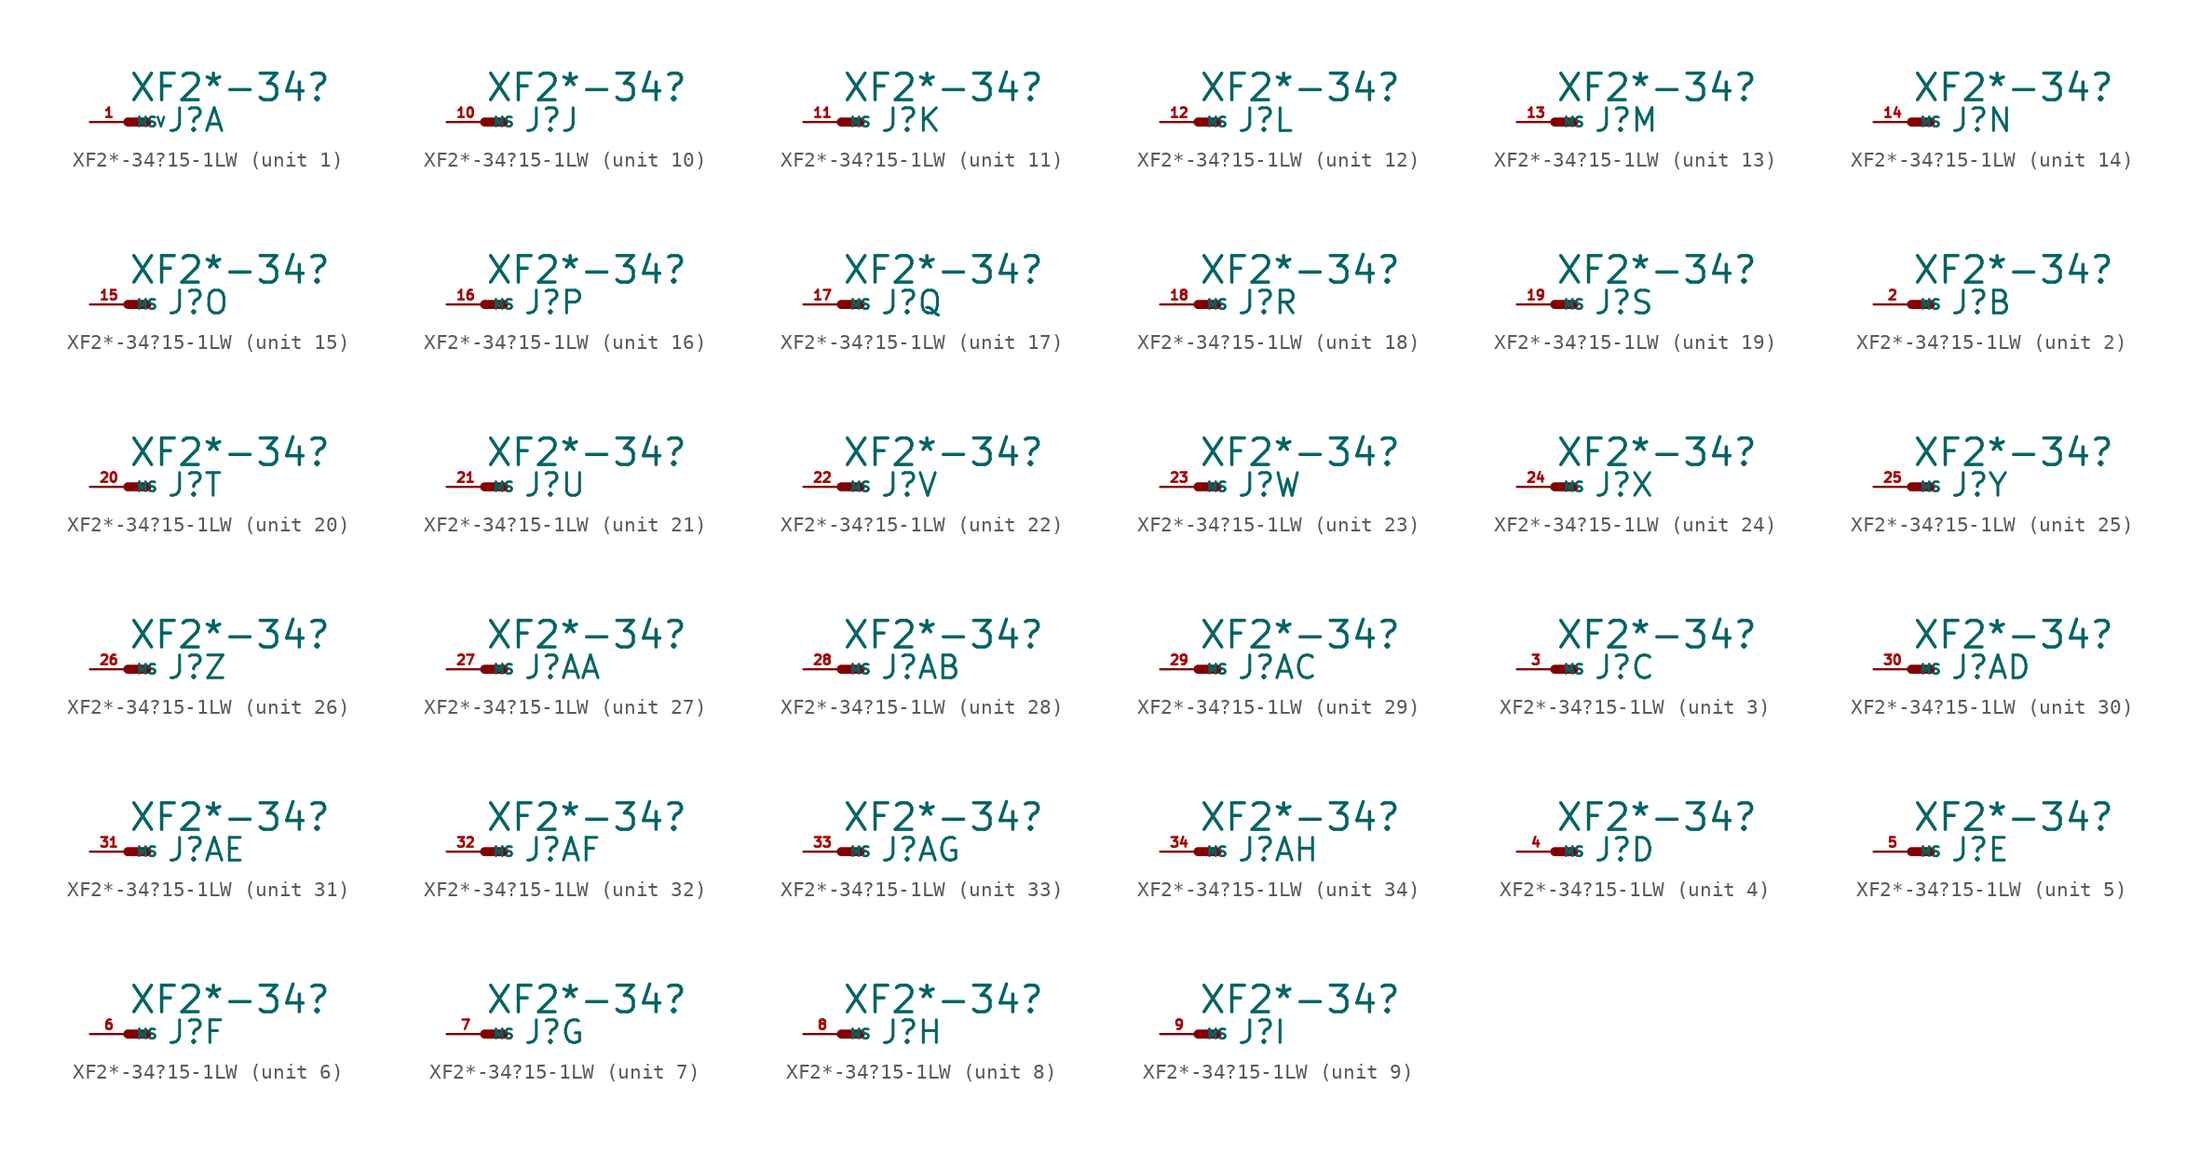
<source format=kicad_sym>
(kicad_symbol_lib
  (version 20220914)
  (generator Eagle2Kicad)
  (symbol "XF2*-34?15-1LW"
    (property "Reference" "J"
      (at 2.54 -0.762 0)
      (effects (font (size 1.524 1.524) (thickness 0.19)) (justify left bottom)))
    (property "Value" "XF2*-34?"
      (at 0 1.27 0)
      (effects (font (size 1.778 1.778) (thickness 0.22)) (justify left bottom)))
    (symbol "XF2*-34?15-1LW_1_0"
      (polyline (pts (xy 0 0) (xy 1.27 0)) (stroke (width 0.61) (type default)) (fill (type none)))
      (pin passive line (at -2.54 0 0) (length 2.54) (name "MSV" (effects (font (size 0.635 0.635) (thickness 0.08)) (justify left bottom))) (number "1" (effects (font (size 0.635 0.635) (thickness 0.08)) (justify left bottom)))))
    (symbol "XF2*-34?15-1LW_2_0"
      (polyline (pts (xy 0 0) (xy 1.27 0)) (stroke (width 0.61) (type default)) (fill (type none)))
      (pin passive line (at -2.54 0 0) (length 2.54) (name "MS" (effects (font (size 0.635 0.635) (thickness 0.08)) (justify left bottom))) (number "2" (effects (font (size 0.635 0.635) (thickness 0.08)) (justify left bottom)))))
    (symbol "XF2*-34?15-1LW_3_0"
      (polyline (pts (xy 0 0) (xy 1.27 0)) (stroke (width 0.61) (type default)) (fill (type none)))
      (pin passive line (at -2.54 0 0) (length 2.54) (name "MS" (effects (font (size 0.635 0.635) (thickness 0.08)) (justify left bottom))) (number "3" (effects (font (size 0.635 0.635) (thickness 0.08)) (justify left bottom)))))
    (symbol "XF2*-34?15-1LW_4_0"
      (polyline (pts (xy 0 0) (xy 1.27 0)) (stroke (width 0.61) (type default)) (fill (type none)))
      (pin passive line (at -2.54 0 0) (length 2.54) (name "MS" (effects (font (size 0.635 0.635) (thickness 0.08)) (justify left bottom))) (number "4" (effects (font (size 0.635 0.635) (thickness 0.08)) (justify left bottom)))))
    (symbol "XF2*-34?15-1LW_5_0"
      (polyline (pts (xy 0 0) (xy 1.27 0)) (stroke (width 0.61) (type default)) (fill (type none)))
      (pin passive line (at -2.54 0 0) (length 2.54) (name "MS" (effects (font (size 0.635 0.635) (thickness 0.08)) (justify left bottom))) (number "5" (effects (font (size 0.635 0.635) (thickness 0.08)) (justify left bottom)))))
    (symbol "XF2*-34?15-1LW_6_0"
      (polyline (pts (xy 0 0) (xy 1.27 0)) (stroke (width 0.61) (type default)) (fill (type none)))
      (pin passive line (at -2.54 0 0) (length 2.54) (name "MS" (effects (font (size 0.635 0.635) (thickness 0.08)) (justify left bottom))) (number "6" (effects (font (size 0.635 0.635) (thickness 0.08)) (justify left bottom)))))
    (symbol "XF2*-34?15-1LW_7_0"
      (polyline (pts (xy 0 0) (xy 1.27 0)) (stroke (width 0.61) (type default)) (fill (type none)))
      (pin passive line (at -2.54 0 0) (length 2.54) (name "MS" (effects (font (size 0.635 0.635) (thickness 0.08)) (justify left bottom))) (number "7" (effects (font (size 0.635 0.635) (thickness 0.08)) (justify left bottom)))))
    (symbol "XF2*-34?15-1LW_8_0"
      (polyline (pts (xy 0 0) (xy 1.27 0)) (stroke (width 0.61) (type default)) (fill (type none)))
      (pin passive line (at -2.54 0 0) (length 2.54) (name "MS" (effects (font (size 0.635 0.635) (thickness 0.08)) (justify left bottom))) (number "8" (effects (font (size 0.635 0.635) (thickness 0.08)) (justify left bottom)))))
    (symbol "XF2*-34?15-1LW_9_0"
      (polyline (pts (xy 0 0) (xy 1.27 0)) (stroke (width 0.61) (type default)) (fill (type none)))
      (pin passive line (at -2.54 0 0) (length 2.54) (name "MS" (effects (font (size 0.635 0.635) (thickness 0.08)) (justify left bottom))) (number "9" (effects (font (size 0.635 0.635) (thickness 0.08)) (justify left bottom)))))
    (symbol "XF2*-34?15-1LW_10_0"
      (polyline (pts (xy 0 0) (xy 1.27 0)) (stroke (width 0.61) (type default)) (fill (type none)))
      (pin passive line (at -2.54 0 0) (length 2.54) (name "MS" (effects (font (size 0.635 0.635) (thickness 0.08)) (justify left bottom))) (number "10" (effects (font (size 0.635 0.635) (thickness 0.08)) (justify left bottom)))))
    (symbol "XF2*-34?15-1LW_11_0"
      (polyline (pts (xy 0 0) (xy 1.27 0)) (stroke (width 0.61) (type default)) (fill (type none)))
      (pin passive line (at -2.54 0 0) (length 2.54) (name "MS" (effects (font (size 0.635 0.635) (thickness 0.08)) (justify left bottom))) (number "11" (effects (font (size 0.635 0.635) (thickness 0.08)) (justify left bottom)))))
    (symbol "XF2*-34?15-1LW_12_0"
      (polyline (pts (xy 0 0) (xy 1.27 0)) (stroke (width 0.61) (type default)) (fill (type none)))
      (pin passive line (at -2.54 0 0) (length 2.54) (name "MS" (effects (font (size 0.635 0.635) (thickness 0.08)) (justify left bottom))) (number "12" (effects (font (size 0.635 0.635) (thickness 0.08)) (justify left bottom)))))
    (symbol "XF2*-34?15-1LW_13_0"
      (polyline (pts (xy 0 0) (xy 1.27 0)) (stroke (width 0.61) (type default)) (fill (type none)))
      (pin passive line (at -2.54 0 0) (length 2.54) (name "MS" (effects (font (size 0.635 0.635) (thickness 0.08)) (justify left bottom))) (number "13" (effects (font (size 0.635 0.635) (thickness 0.08)) (justify left bottom)))))
    (symbol "XF2*-34?15-1LW_14_0"
      (polyline (pts (xy 0 0) (xy 1.27 0)) (stroke (width 0.61) (type default)) (fill (type none)))
      (pin passive line (at -2.54 0 0) (length 2.54) (name "MS" (effects (font (size 0.635 0.635) (thickness 0.08)) (justify left bottom))) (number "14" (effects (font (size 0.635 0.635) (thickness 0.08)) (justify left bottom)))))
    (symbol "XF2*-34?15-1LW_15_0"
      (polyline (pts (xy 0 0) (xy 1.27 0)) (stroke (width 0.61) (type default)) (fill (type none)))
      (pin passive line (at -2.54 0 0) (length 2.54) (name "MS" (effects (font (size 0.635 0.635) (thickness 0.08)) (justify left bottom))) (number "15" (effects (font (size 0.635 0.635) (thickness 0.08)) (justify left bottom)))))
    (symbol "XF2*-34?15-1LW_16_0"
      (polyline (pts (xy 0 0) (xy 1.27 0)) (stroke (width 0.61) (type default)) (fill (type none)))
      (pin passive line (at -2.54 0 0) (length 2.54) (name "MS" (effects (font (size 0.635 0.635) (thickness 0.08)) (justify left bottom))) (number "16" (effects (font (size 0.635 0.635) (thickness 0.08)) (justify left bottom)))))
    (symbol "XF2*-34?15-1LW_17_0"
      (polyline (pts (xy 0 0) (xy 1.27 0)) (stroke (width 0.61) (type default)) (fill (type none)))
      (pin passive line (at -2.54 0 0) (length 2.54) (name "MS" (effects (font (size 0.635 0.635) (thickness 0.08)) (justify left bottom))) (number "17" (effects (font (size 0.635 0.635) (thickness 0.08)) (justify left bottom)))))
    (symbol "XF2*-34?15-1LW_18_0"
      (polyline (pts (xy 0 0) (xy 1.27 0)) (stroke (width 0.61) (type default)) (fill (type none)))
      (pin passive line (at -2.54 0 0) (length 2.54) (name "MS" (effects (font (size 0.635 0.635) (thickness 0.08)) (justify left bottom))) (number "18" (effects (font (size 0.635 0.635) (thickness 0.08)) (justify left bottom)))))
    (symbol "XF2*-34?15-1LW_19_0"
      (polyline (pts (xy 0 0) (xy 1.27 0)) (stroke (width 0.61) (type default)) (fill (type none)))
      (pin passive line (at -2.54 0 0) (length 2.54) (name "MS" (effects (font (size 0.635 0.635) (thickness 0.08)) (justify left bottom))) (number "19" (effects (font (size 0.635 0.635) (thickness 0.08)) (justify left bottom)))))
    (symbol "XF2*-34?15-1LW_20_0"
      (polyline (pts (xy 0 0) (xy 1.27 0)) (stroke (width 0.61) (type default)) (fill (type none)))
      (pin passive line (at -2.54 0 0) (length 2.54) (name "MS" (effects (font (size 0.635 0.635) (thickness 0.08)) (justify left bottom))) (number "20" (effects (font (size 0.635 0.635) (thickness 0.08)) (justify left bottom)))))
    (symbol "XF2*-34?15-1LW_21_0"
      (polyline (pts (xy 0 0) (xy 1.27 0)) (stroke (width 0.61) (type default)) (fill (type none)))
      (pin passive line (at -2.54 0 0) (length 2.54) (name "MS" (effects (font (size 0.635 0.635) (thickness 0.08)) (justify left bottom))) (number "21" (effects (font (size 0.635 0.635) (thickness 0.08)) (justify left bottom)))))
    (symbol "XF2*-34?15-1LW_22_0"
      (polyline (pts (xy 0 0) (xy 1.27 0)) (stroke (width 0.61) (type default)) (fill (type none)))
      (pin passive line (at -2.54 0 0) (length 2.54) (name "MS" (effects (font (size 0.635 0.635) (thickness 0.08)) (justify left bottom))) (number "22" (effects (font (size 0.635 0.635) (thickness 0.08)) (justify left bottom)))))
    (symbol "XF2*-34?15-1LW_23_0"
      (polyline (pts (xy 0 0) (xy 1.27 0)) (stroke (width 0.61) (type default)) (fill (type none)))
      (pin passive line (at -2.54 0 0) (length 2.54) (name "MS" (effects (font (size 0.635 0.635) (thickness 0.08)) (justify left bottom))) (number "23" (effects (font (size 0.635 0.635) (thickness 0.08)) (justify left bottom)))))
    (symbol "XF2*-34?15-1LW_24_0"
      (polyline (pts (xy 0 0) (xy 1.27 0)) (stroke (width 0.61) (type default)) (fill (type none)))
      (pin passive line (at -2.54 0 0) (length 2.54) (name "MS" (effects (font (size 0.635 0.635) (thickness 0.08)) (justify left bottom))) (number "24" (effects (font (size 0.635 0.635) (thickness 0.08)) (justify left bottom)))))
    (symbol "XF2*-34?15-1LW_25_0"
      (polyline (pts (xy 0 0) (xy 1.27 0)) (stroke (width 0.61) (type default)) (fill (type none)))
      (pin passive line (at -2.54 0 0) (length 2.54) (name "MS" (effects (font (size 0.635 0.635) (thickness 0.08)) (justify left bottom))) (number "25" (effects (font (size 0.635 0.635) (thickness 0.08)) (justify left bottom)))))
    (symbol "XF2*-34?15-1LW_26_0"
      (polyline (pts (xy 0 0) (xy 1.27 0)) (stroke (width 0.61) (type default)) (fill (type none)))
      (pin passive line (at -2.54 0 0) (length 2.54) (name "MS" (effects (font (size 0.635 0.635) (thickness 0.08)) (justify left bottom))) (number "26" (effects (font (size 0.635 0.635) (thickness 0.08)) (justify left bottom)))))
    (symbol "XF2*-34?15-1LW_27_0"
      (polyline (pts (xy 0 0) (xy 1.27 0)) (stroke (width 0.61) (type default)) (fill (type none)))
      (pin passive line (at -2.54 0 0) (length 2.54) (name "MS" (effects (font (size 0.635 0.635) (thickness 0.08)) (justify left bottom))) (number "27" (effects (font (size 0.635 0.635) (thickness 0.08)) (justify left bottom)))))
    (symbol "XF2*-34?15-1LW_28_0"
      (polyline (pts (xy 0 0) (xy 1.27 0)) (stroke (width 0.61) (type default)) (fill (type none)))
      (pin passive line (at -2.54 0 0) (length 2.54) (name "MS" (effects (font (size 0.635 0.635) (thickness 0.08)) (justify left bottom))) (number "28" (effects (font (size 0.635 0.635) (thickness 0.08)) (justify left bottom)))))
    (symbol "XF2*-34?15-1LW_29_0"
      (polyline (pts (xy 0 0) (xy 1.27 0)) (stroke (width 0.61) (type default)) (fill (type none)))
      (pin passive line (at -2.54 0 0) (length 2.54) (name "MS" (effects (font (size 0.635 0.635) (thickness 0.08)) (justify left bottom))) (number "29" (effects (font (size 0.635 0.635) (thickness 0.08)) (justify left bottom)))))
    (symbol "XF2*-34?15-1LW_30_0"
      (polyline (pts (xy 0 0) (xy 1.27 0)) (stroke (width 0.61) (type default)) (fill (type none)))
      (pin passive line (at -2.54 0 0) (length 2.54) (name "MS" (effects (font (size 0.635 0.635) (thickness 0.08)) (justify left bottom))) (number "30" (effects (font (size 0.635 0.635) (thickness 0.08)) (justify left bottom)))))
    (symbol "XF2*-34?15-1LW_31_0"
      (polyline (pts (xy 0 0) (xy 1.27 0)) (stroke (width 0.61) (type default)) (fill (type none)))
      (pin passive line (at -2.54 0 0) (length 2.54) (name "MS" (effects (font (size 0.635 0.635) (thickness 0.08)) (justify left bottom))) (number "31" (effects (font (size 0.635 0.635) (thickness 0.08)) (justify left bottom)))))
    (symbol "XF2*-34?15-1LW_32_0"
      (polyline (pts (xy 0 0) (xy 1.27 0)) (stroke (width 0.61) (type default)) (fill (type none)))
      (pin passive line (at -2.54 0 0) (length 2.54) (name "MS" (effects (font (size 0.635 0.635) (thickness 0.08)) (justify left bottom))) (number "32" (effects (font (size 0.635 0.635) (thickness 0.08)) (justify left bottom)))))
    (symbol "XF2*-34?15-1LW_33_0"
      (polyline (pts (xy 0 0) (xy 1.27 0)) (stroke (width 0.61) (type default)) (fill (type none)))
      (pin passive line (at -2.54 0 0) (length 2.54) (name "MS" (effects (font (size 0.635 0.635) (thickness 0.08)) (justify left bottom))) (number "33" (effects (font (size 0.635 0.635) (thickness 0.08)) (justify left bottom)))))
    (symbol "XF2*-34?15-1LW_34_0"
      (polyline (pts (xy 0 0) (xy 1.27 0)) (stroke (width 0.61) (type default)) (fill (type none)))
      (pin passive line (at -2.54 0 0) (length 2.54) (name "MS" (effects (font (size 0.635 0.635) (thickness 0.08)) (justify left bottom))) (number "34" (effects (font (size 0.635 0.635) (thickness 0.08)) (justify left bottom)))))))
</source>
